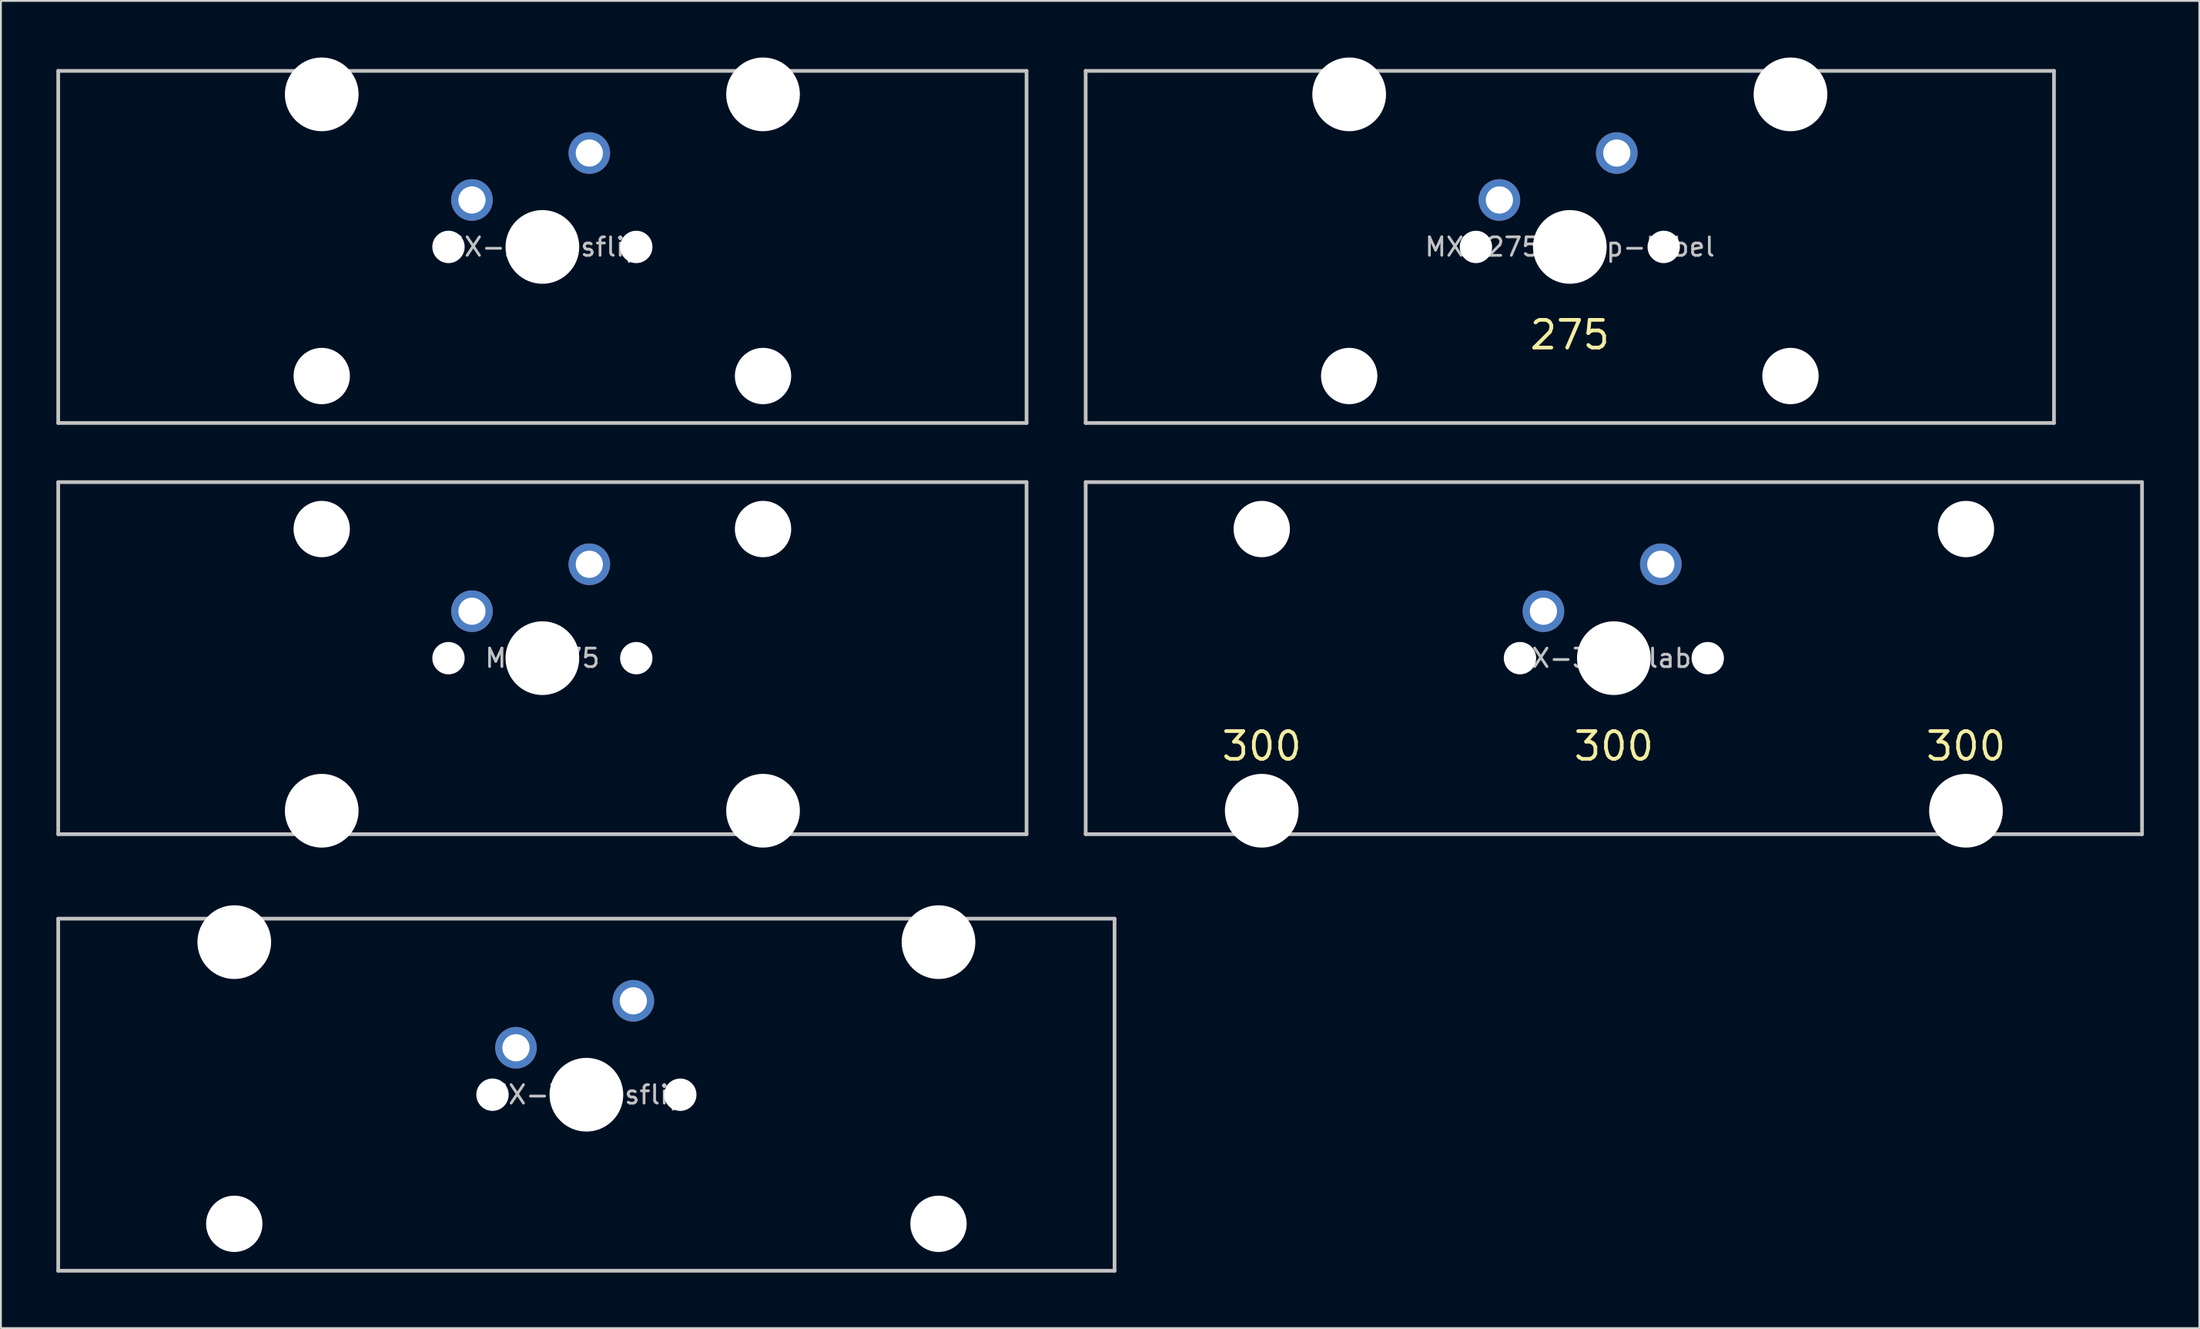
<source format=kicad_pcb>
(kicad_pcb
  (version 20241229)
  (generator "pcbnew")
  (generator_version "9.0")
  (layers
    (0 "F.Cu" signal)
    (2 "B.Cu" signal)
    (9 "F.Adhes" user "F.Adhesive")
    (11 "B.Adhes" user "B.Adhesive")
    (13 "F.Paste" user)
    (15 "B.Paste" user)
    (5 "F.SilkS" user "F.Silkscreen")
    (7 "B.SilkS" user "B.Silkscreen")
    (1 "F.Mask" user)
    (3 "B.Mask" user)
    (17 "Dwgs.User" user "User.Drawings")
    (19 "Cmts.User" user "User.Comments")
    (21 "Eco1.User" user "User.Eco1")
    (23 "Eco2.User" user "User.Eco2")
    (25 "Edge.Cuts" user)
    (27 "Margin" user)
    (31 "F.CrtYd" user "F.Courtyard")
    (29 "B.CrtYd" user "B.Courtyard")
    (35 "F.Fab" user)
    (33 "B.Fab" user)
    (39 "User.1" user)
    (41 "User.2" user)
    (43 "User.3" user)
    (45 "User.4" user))
  (footprint "MX-300-label"
    (layer "F.Cu")
    (at 84.263 32.56)
    (property "Reference" "MX-300-label" (at 0 0 0) (layer "Dwgs.User") (effects (font (size 1 1) (thickness 0.15))))
    (attr through_hole)
    (fp_line (start -28.575 9.525) (end -28.575 -9.525) (stroke (width 0.2) (type solid)) (layer "Dwgs.User"))
    (fp_line (start 28.575 -9.525) (end -28.575 -9.525) (stroke (width 0.2) (type solid)) (layer "Dwgs.User"))
    (fp_line (start 28.575 -9.525) (end 28.575 9.525) (stroke (width 0.2) (type solid)) (layer "Dwgs.User"))
    (fp_line (start 28.575 9.525) (end -28.575 9.525) (stroke (width 0.2) (type solid)) (layer "Dwgs.User"))
    (fp_line (start -22.48 -8.95) (end -22.48 10.25) (stroke (width 0.12) (type solid)) (layer "Eco1.User"))
    (fp_line (start -22.48 10.25) (end 22.48 10.25) (stroke (width 0.12) (type solid)) (layer "Eco1.User"))
    (fp_line (start -15.62 -8.95) (end -22.48 -8.95) (stroke (width 0.12) (type solid)) (layer "Eco1.User"))
    (fp_line (start -15.62 7) (end -15.62 -8.95) (stroke (width 0.12) (type solid)) (layer "Eco1.User"))
    (fp_line (start -7 -7) (end -7 7) (stroke (width 0.12) (type solid)) (layer "Eco1.User"))
    (fp_line (start -7 -7) (end 7 -7) (stroke (width 0.12) (type solid)) (layer "Eco1.User"))
    (fp_line (start -7 7) (end -15.62 7) (stroke (width 0.12) (type solid)) (layer "Eco1.User"))
    (fp_line (start 7 -7) (end 7 7) (stroke (width 0.12) (type solid)) (layer "Eco1.User"))
    (fp_line (start 15.62 -8.95) (end 15.62 7) (stroke (width 0.12) (type solid)) (layer "Eco1.User"))
    (fp_line (start 15.62 7) (end 7 7) (stroke (width 0.12) (type solid)) (layer "Eco1.User"))
    (fp_line (start 22.48 -8.95) (end 15.62 -8.95) (stroke (width 0.12) (type solid)) (layer "Eco1.User"))
    (fp_line (start 22.48 10.25) (end 22.48 -8.95) (stroke (width 0.12) (type solid)) (layer "Eco1.User"))
    (fp_circle (center -19.05 -6.985) (end -16.55 -6.985) (stroke (width 0.12) (type solid)) (fill no) (layer "Eco2.User"))
    (fp_circle (center 19.05 -6.985) (end 21.55 -6.985) (stroke (width 0.12) (type solid)) (fill no) (layer "Eco2.User"))
    (fp_text user "300" (at 0 4.763 0) (layer "F.SilkS") (effects (font (size 1.5 1.5) (thickness 0.2))))
    (fp_text user "300" (at 19.05 4.763 0) (layer "F.SilkS") (effects (font (size 1.5 1.5) (thickness 0.2))))
    (fp_text user "300" (at -19.05 4.763 0) (layer "F.SilkS") (effects (font (size 1.5 1.5) (thickness 0.2))))
    (pad "" np_thru_hole circle (at -19.05 -6.985) (size 3.048 3.048) (drill 3.048) (layers "*.Cu" "*.Mask"))
    (pad "" np_thru_hole circle (at -19.05 8.255) (size 3.988 3.988) (drill 3.988) (layers "*.Cu" "*.Mask"))
    (pad "" np_thru_hole circle (at -5.08 0) (size 1.75 1.75) (drill 1.75) (layers "*.Cu" "*.Mask"))
    (pad "" np_thru_hole circle (at 0 0) (size 3.988 3.988) (drill 3.988) (layers "*.Cu" "*.Mask"))
    (pad "" np_thru_hole circle (at 5.08 0) (size 1.75 1.75) (drill 1.75) (layers "*.Cu" "*.Mask"))
    (pad "" np_thru_hole circle (at 19.05 -6.985) (size 3.048 3.048) (drill 3.048) (layers "*.Cu" "*.Mask"))
    (pad "" np_thru_hole circle (at 19.05 8.255) (size 3.988 3.988) (drill 3.988) (layers "*.Cu" "*.Mask"))
    (pad "1" thru_hole circle (at 2.54 -5.08) (size 2.25 2.25) (drill 1.47) (layers "*.Cu" "B.Mask"))
    (pad "2" thru_hole circle (at -3.81 -2.54) (size 2.25 2.25) (drill 1.47) (layers "*.Cu" "B.Mask")))
  (footprint "MX-275-sflip"
    (layer "F.Cu")
    (at 26.294 10.31)
    (property "Reference" "MX-275-sflip" (at 0 0 0) (layer "Dwgs.User") (effects (font (size 1 1) (thickness 0.15))))
    (attr through_hole)
    (fp_line (start -26.194 -9.525) (end 26.194 -9.525) (stroke (width 0.2) (type solid)) (layer "Dwgs.User"))
    (fp_line (start -26.194 9.525) (end -26.194 -9.525) (stroke (width 0.2) (type solid)) (layer "Dwgs.User"))
    (fp_line (start -26.194 9.525) (end 26.194 9.525) (stroke (width 0.2) (type solid)) (layer "Dwgs.User"))
    (fp_line (start 26.194 -9.525) (end 26.194 9.525) (stroke (width 0.2) (type solid)) (layer "Dwgs.User"))
    (fp_line (start -15.368 -10.25) (end -15.368 8.95) (stroke (width 0.12) (type solid)) (layer "Eco1.User"))
    (fp_line (start -15.368 8.95) (end -8.508 8.95) (stroke (width 0.12) (type solid)) (layer "Eco1.User"))
    (fp_line (start -8.508 -7) (end -7 -7) (stroke (width 0.12) (type solid)) (layer "Eco1.User"))
    (fp_line (start -8.508 8.95) (end -8.508 -7) (stroke (width 0.12) (type solid)) (layer "Eco1.User"))
    (fp_line (start -7 7) (end -7 -7) (stroke (width 0.12) (type solid)) (layer "Eco1.User"))
    (fp_line (start 7 -7) (end 8.508 -7) (stroke (width 0.12) (type solid)) (layer "Eco1.User"))
    (fp_line (start 7 7) (end -7 7) (stroke (width 0.12) (type solid)) (layer "Eco1.User"))
    (fp_line (start 7 7) (end 7 -7) (stroke (width 0.12) (type solid)) (layer "Eco1.User"))
    (fp_line (start 8.508 -7) (end 8.508 8.95) (stroke (width 0.12) (type solid)) (layer "Eco1.User"))
    (fp_line (start 8.508 8.95) (end 15.368 8.95) (stroke (width 0.12) (type solid)) (layer "Eco1.User"))
    (fp_line (start 15.368 -10.25) (end -15.368 -10.25) (stroke (width 0.12) (type solid)) (layer "Eco1.User"))
    (fp_line (start 15.368 8.95) (end 15.368 -10.25) (stroke (width 0.12) (type solid)) (layer "Eco1.User"))
    (fp_circle (center -11.938 6.985) (end -14.438 6.985) (stroke (width 0.12) (type solid)) (fill no) (layer "Eco2.User"))
    (fp_circle (center 11.938 6.985) (end 9.438 6.985) (stroke (width 0.12) (type solid)) (fill no) (layer "Eco2.User"))
    (pad "" np_thru_hole circle (at -11.938 -8.255 180) (size 3.988 3.988) (drill 3.988) (layers "*.Cu" "*.Mask"))
    (pad "" np_thru_hole circle (at -11.938 6.985 180) (size 3.048 3.048) (drill 3.048) (layers "*.Cu" "*.Mask"))
    (pad "" np_thru_hole circle (at -5.08 0) (size 1.75 1.75) (drill 1.75) (layers "*.Cu" "*.Mask"))
    (pad "" np_thru_hole circle (at 0 0) (size 3.988 3.988) (drill 3.988) (layers "*.Cu" "*.Mask"))
    (pad "" np_thru_hole circle (at 5.08 0) (size 1.75 1.75) (drill 1.75) (layers "*.Cu" "*.Mask"))
    (pad "" np_thru_hole circle (at 11.938 -8.255 180) (size 3.988 3.988) (drill 3.988) (layers "*.Cu" "*.Mask"))
    (pad "" np_thru_hole circle (at 11.938 6.985 180) (size 3.048 3.048) (drill 3.048) (layers "*.Cu" "*.Mask"))
    (pad "1" thru_hole circle (at 2.54 -5.08) (size 2.25 2.25) (drill 1.47) (layers "*.Cu" "B.Mask"))
    (pad "2" thru_hole circle (at -3.81 -2.54) (size 2.25 2.25) (drill 1.47) (layers "*.Cu" "B.Mask")))
  (footprint "MX-300-sflip"
    (layer "F.Cu")
    (at 28.675 56.18)
    (property "Reference" "MX-300-sflip" (at 0 0 0) (layer "Dwgs.User") (effects (font (size 1 1) (thickness 0.15))))
    (attr through_hole)
    (fp_line (start -28.575 -9.525) (end 28.575 -9.525) (stroke (width 0.2) (type solid)) (layer "Dwgs.User"))
    (fp_line (start -28.575 9.525) (end -28.575 -9.525) (stroke (width 0.2) (type solid)) (layer "Dwgs.User"))
    (fp_line (start -28.575 9.525) (end 28.575 9.525) (stroke (width 0.2) (type solid)) (layer "Dwgs.User"))
    (fp_line (start 28.575 -9.525) (end 28.575 9.525) (stroke (width 0.2) (type solid)) (layer "Dwgs.User"))
    (fp_line (start -22.48 -10.25) (end -22.48 8.95) (stroke (width 0.12) (type solid)) (layer "Eco1.User"))
    (fp_line (start -22.48 8.95) (end -15.62 8.95) (stroke (width 0.12) (type solid)) (layer "Eco1.User"))
    (fp_line (start -15.62 -7) (end -7 -7) (stroke (width 0.12) (type solid)) (layer "Eco1.User"))
    (fp_line (start -15.62 8.95) (end -15.62 -7) (stroke (width 0.12) (type solid)) (layer "Eco1.User"))
    (fp_line (start -7 7) (end -7 -7) (stroke (width 0.12) (type solid)) (layer "Eco1.User"))
    (fp_line (start 7 -7) (end 15.62 -7) (stroke (width 0.12) (type solid)) (layer "Eco1.User"))
    (fp_line (start 7 7) (end -7 7) (stroke (width 0.12) (type solid)) (layer "Eco1.User"))
    (fp_line (start 7 7) (end 7 -7) (stroke (width 0.12) (type solid)) (layer "Eco1.User"))
    (fp_line (start 15.62 -7) (end 15.62 8.95) (stroke (width 0.12) (type solid)) (layer "Eco1.User"))
    (fp_line (start 15.62 8.95) (end 22.48 8.95) (stroke (width 0.12) (type solid)) (layer "Eco1.User"))
    (fp_line (start 22.48 -10.25) (end -22.48 -10.25) (stroke (width 0.12) (type solid)) (layer "Eco1.User"))
    (fp_line (start 22.48 8.95) (end 22.48 -10.25) (stroke (width 0.12) (type solid)) (layer "Eco1.User"))
    (fp_circle (center -19.05 6.985) (end -21.55 6.985) (stroke (width 0.12) (type solid)) (fill no) (layer "Eco2.User"))
    (fp_circle (center 19.05 6.985) (end 16.55 6.985) (stroke (width 0.12) (type solid)) (fill no) (layer "Eco2.User"))
    (pad "" np_thru_hole circle (at -19.05 -8.255 180) (size 3.988 3.988) (drill 3.988) (layers "*.Cu" "*.Mask"))
    (pad "" np_thru_hole circle (at -19.05 6.985 180) (size 3.048 3.048) (drill 3.048) (layers "*.Cu" "*.Mask"))
    (pad "" np_thru_hole circle (at -5.08 0) (size 1.75 1.75) (drill 1.75) (layers "*.Cu" "*.Mask"))
    (pad "" np_thru_hole circle (at 0 0) (size 3.988 3.988) (drill 3.988) (layers "*.Cu" "*.Mask"))
    (pad "" np_thru_hole circle (at 5.08 0) (size 1.75 1.75) (drill 1.75) (layers "*.Cu" "*.Mask"))
    (pad "" np_thru_hole circle (at 19.05 -8.255 180) (size 3.988 3.988) (drill 3.988) (layers "*.Cu" "*.Mask"))
    (pad "" np_thru_hole circle (at 19.05 6.985 180) (size 3.048 3.048) (drill 3.048) (layers "*.Cu" "*.Mask"))
    (pad "1" thru_hole circle (at 2.54 -5.08) (size 2.25 2.25) (drill 1.47) (layers "*.Cu" "B.Mask"))
    (pad "2" thru_hole circle (at -3.81 -2.54) (size 2.25 2.25) (drill 1.47) (layers "*.Cu" "B.Mask")))
  (footprint "MX-275-sflip-label"
    (layer "F.Cu")
    (at 81.881 10.31)
    (property "Reference" "MX-275-sflip-label" (at 0 0 0) (layer "Dwgs.User") (effects (font (size 1 1) (thickness 0.15))))
    (attr through_hole)
    (fp_line (start -26.194 -9.525) (end 26.194 -9.525) (stroke (width 0.2) (type solid)) (layer "Dwgs.User"))
    (fp_line (start -26.194 9.525) (end -26.194 -9.525) (stroke (width 0.2) (type solid)) (layer "Dwgs.User"))
    (fp_line (start -26.194 9.525) (end 26.194 9.525) (stroke (width 0.2) (type solid)) (layer "Dwgs.User"))
    (fp_line (start 26.194 -9.525) (end 26.194 9.525) (stroke (width 0.2) (type solid)) (layer "Dwgs.User"))
    (fp_line (start -15.368 -10.25) (end -15.368 8.95) (stroke (width 0.12) (type solid)) (layer "Eco1.User"))
    (fp_line (start -15.368 8.95) (end -8.508 8.95) (stroke (width 0.12) (type solid)) (layer "Eco1.User"))
    (fp_line (start -8.508 -7) (end -7 -7) (stroke (width 0.12) (type solid)) (layer "Eco1.User"))
    (fp_line (start -8.508 8.95) (end -8.508 -7) (stroke (width 0.12) (type solid)) (layer "Eco1.User"))
    (fp_line (start -7 7) (end -7 -7) (stroke (width 0.12) (type solid)) (layer "Eco1.User"))
    (fp_line (start 7 -7) (end 8.508 -7) (stroke (width 0.12) (type solid)) (layer "Eco1.User"))
    (fp_line (start 7 7) (end -7 7) (stroke (width 0.12) (type solid)) (layer "Eco1.User"))
    (fp_line (start 7 7) (end 7 -7) (stroke (width 0.12) (type solid)) (layer "Eco1.User"))
    (fp_line (start 8.508 -7) (end 8.508 8.95) (stroke (width 0.12) (type solid)) (layer "Eco1.User"))
    (fp_line (start 8.508 8.95) (end 15.368 8.95) (stroke (width 0.12) (type solid)) (layer "Eco1.User"))
    (fp_line (start 15.368 -10.25) (end -15.368 -10.25) (stroke (width 0.12) (type solid)) (layer "Eco1.User"))
    (fp_line (start 15.368 8.95) (end 15.368 -10.25) (stroke (width 0.12) (type solid)) (layer "Eco1.User"))
    (fp_circle (center -11.938 6.985) (end -14.438 6.985) (stroke (width 0.12) (type solid)) (fill no) (layer "Eco2.User"))
    (fp_circle (center 11.938 6.985) (end 9.438 6.985) (stroke (width 0.12) (type solid)) (fill no) (layer "Eco2.User"))
    (fp_text user "275" (at 0 4.763 0) (layer "F.SilkS") (effects (font (size 1.5 1.5) (thickness 0.2))))
    (pad "" np_thru_hole circle (at -11.938 -8.255 180) (size 3.988 3.988) (drill 3.988) (layers "*.Cu" "*.Mask"))
    (pad "" np_thru_hole circle (at -11.938 6.985 180) (size 3.048 3.048) (drill 3.048) (layers "*.Cu" "*.Mask"))
    (pad "" np_thru_hole circle (at -5.08 0) (size 1.75 1.75) (drill 1.75) (layers "*.Cu" "*.Mask"))
    (pad "" np_thru_hole circle (at 0 0) (size 3.988 3.988) (drill 3.988) (layers "*.Cu" "*.Mask"))
    (pad "" np_thru_hole circle (at 5.08 0) (size 1.75 1.75) (drill 1.75) (layers "*.Cu" "*.Mask"))
    (pad "" np_thru_hole circle (at 11.938 -8.255 180) (size 3.988 3.988) (drill 3.988) (layers "*.Cu" "*.Mask"))
    (pad "" np_thru_hole circle (at 11.938 6.985 180) (size 3.048 3.048) (drill 3.048) (layers "*.Cu" "*.Mask"))
    (pad "1" thru_hole circle (at 2.54 -5.08) (size 2.25 2.25) (drill 1.47) (layers "*.Cu" "B.Mask"))
    (pad "2" thru_hole circle (at -3.81 -2.54) (size 2.25 2.25) (drill 1.47) (layers "*.Cu" "B.Mask")))
  (footprint "MX-275"
    (layer "F.Cu")
    (at 26.294 32.56)
    (property "Reference" "MX-275" (at 0 0 0) (layer "Dwgs.User") (effects (font (size 1 1) (thickness 0.15))))
    (attr through_hole)
    (fp_line (start -26.194 9.525) (end -26.194 -9.525) (stroke (width 0.2) (type solid)) (layer "Dwgs.User"))
    (fp_line (start 26.194 -9.525) (end -26.194 -9.525) (stroke (width 0.2) (type solid)) (layer "Dwgs.User"))
    (fp_line (start 26.194 -9.525) (end 26.194 9.525) (stroke (width 0.2) (type solid)) (layer "Dwgs.User"))
    (fp_line (start 26.194 9.525) (end -26.194 9.525) (stroke (width 0.2) (type solid)) (layer "Dwgs.User"))
    (fp_line (start -15.368 -8.95) (end -15.368 10.25) (stroke (width 0.12) (type solid)) (layer "Eco1.User"))
    (fp_line (start -15.368 10.25) (end 15.368 10.25) (stroke (width 0.12) (type solid)) (layer "Eco1.User"))
    (fp_line (start -8.508 -8.95) (end -15.368 -8.95) (stroke (width 0.12) (type solid)) (layer "Eco1.User"))
    (fp_line (start -8.508 7) (end -8.508 -8.95) (stroke (width 0.12) (type solid)) (layer "Eco1.User"))
    (fp_line (start -7 -7) (end -7 7) (stroke (width 0.12) (type solid)) (layer "Eco1.User"))
    (fp_line (start -7 -7) (end 7 -7) (stroke (width 0.12) (type solid)) (layer "Eco1.User"))
    (fp_line (start -7 7) (end -8.508 7) (stroke (width 0.12) (type solid)) (layer "Eco1.User"))
    (fp_line (start 7 -7) (end 7 7) (stroke (width 0.12) (type solid)) (layer "Eco1.User"))
    (fp_line (start 8.508 -8.95) (end 8.508 7) (stroke (width 0.12) (type solid)) (layer "Eco1.User"))
    (fp_line (start 8.508 7) (end 7 7) (stroke (width 0.12) (type solid)) (layer "Eco1.User"))
    (fp_line (start 15.368 -8.95) (end 8.508 -8.95) (stroke (width 0.12) (type solid)) (layer "Eco1.User"))
    (fp_line (start 15.368 10.25) (end 15.368 -8.95) (stroke (width 0.12) (type solid)) (layer "Eco1.User"))
    (fp_circle (center -11.938 -6.985) (end -9.438 -6.985) (stroke (width 0.12) (type solid)) (fill no) (layer "Eco2.User"))
    (fp_circle (center 11.938 -6.985) (end 14.438 -6.985) (stroke (width 0.12) (type solid)) (fill no) (layer "Eco2.User"))
    (pad "" np_thru_hole circle (at -11.938 -6.985) (size 3.048 3.048) (drill 3.048) (layers "*.Cu" "*.Mask"))
    (pad "" np_thru_hole circle (at -11.938 8.255) (size 3.988 3.988) (drill 3.988) (layers "*.Cu" "*.Mask"))
    (pad "" np_thru_hole circle (at -5.08 0) (size 1.75 1.75) (drill 1.75) (layers "*.Cu" "*.Mask"))
    (pad "" np_thru_hole circle (at 0 0) (size 3.988 3.988) (drill 3.988) (layers "*.Cu" "*.Mask"))
    (pad "" np_thru_hole circle (at 5.08 0) (size 1.75 1.75) (drill 1.75) (layers "*.Cu" "*.Mask"))
    (pad "" np_thru_hole circle (at 11.938 -6.985) (size 3.048 3.048) (drill 3.048) (layers "*.Cu" "*.Mask"))
    (pad "" np_thru_hole circle (at 11.938 8.255) (size 3.988 3.988) (drill 3.988) (layers "*.Cu" "*.Mask"))
    (pad "1" thru_hole circle (at 2.54 -5.08) (size 2.25 2.25) (drill 1.47) (layers "*.Cu" "B.Mask"))
    (pad "2" thru_hole circle (at -3.81 -2.54) (size 2.25 2.25) (drill 1.47) (layers "*.Cu" "B.Mask")))
  (gr_rect
    (start -3 -3)
    (end 115.938 68.805)
    (stroke (width 0.1) (type default))
    (fill no)
    (layer "Edge.Cuts")))
</source>
